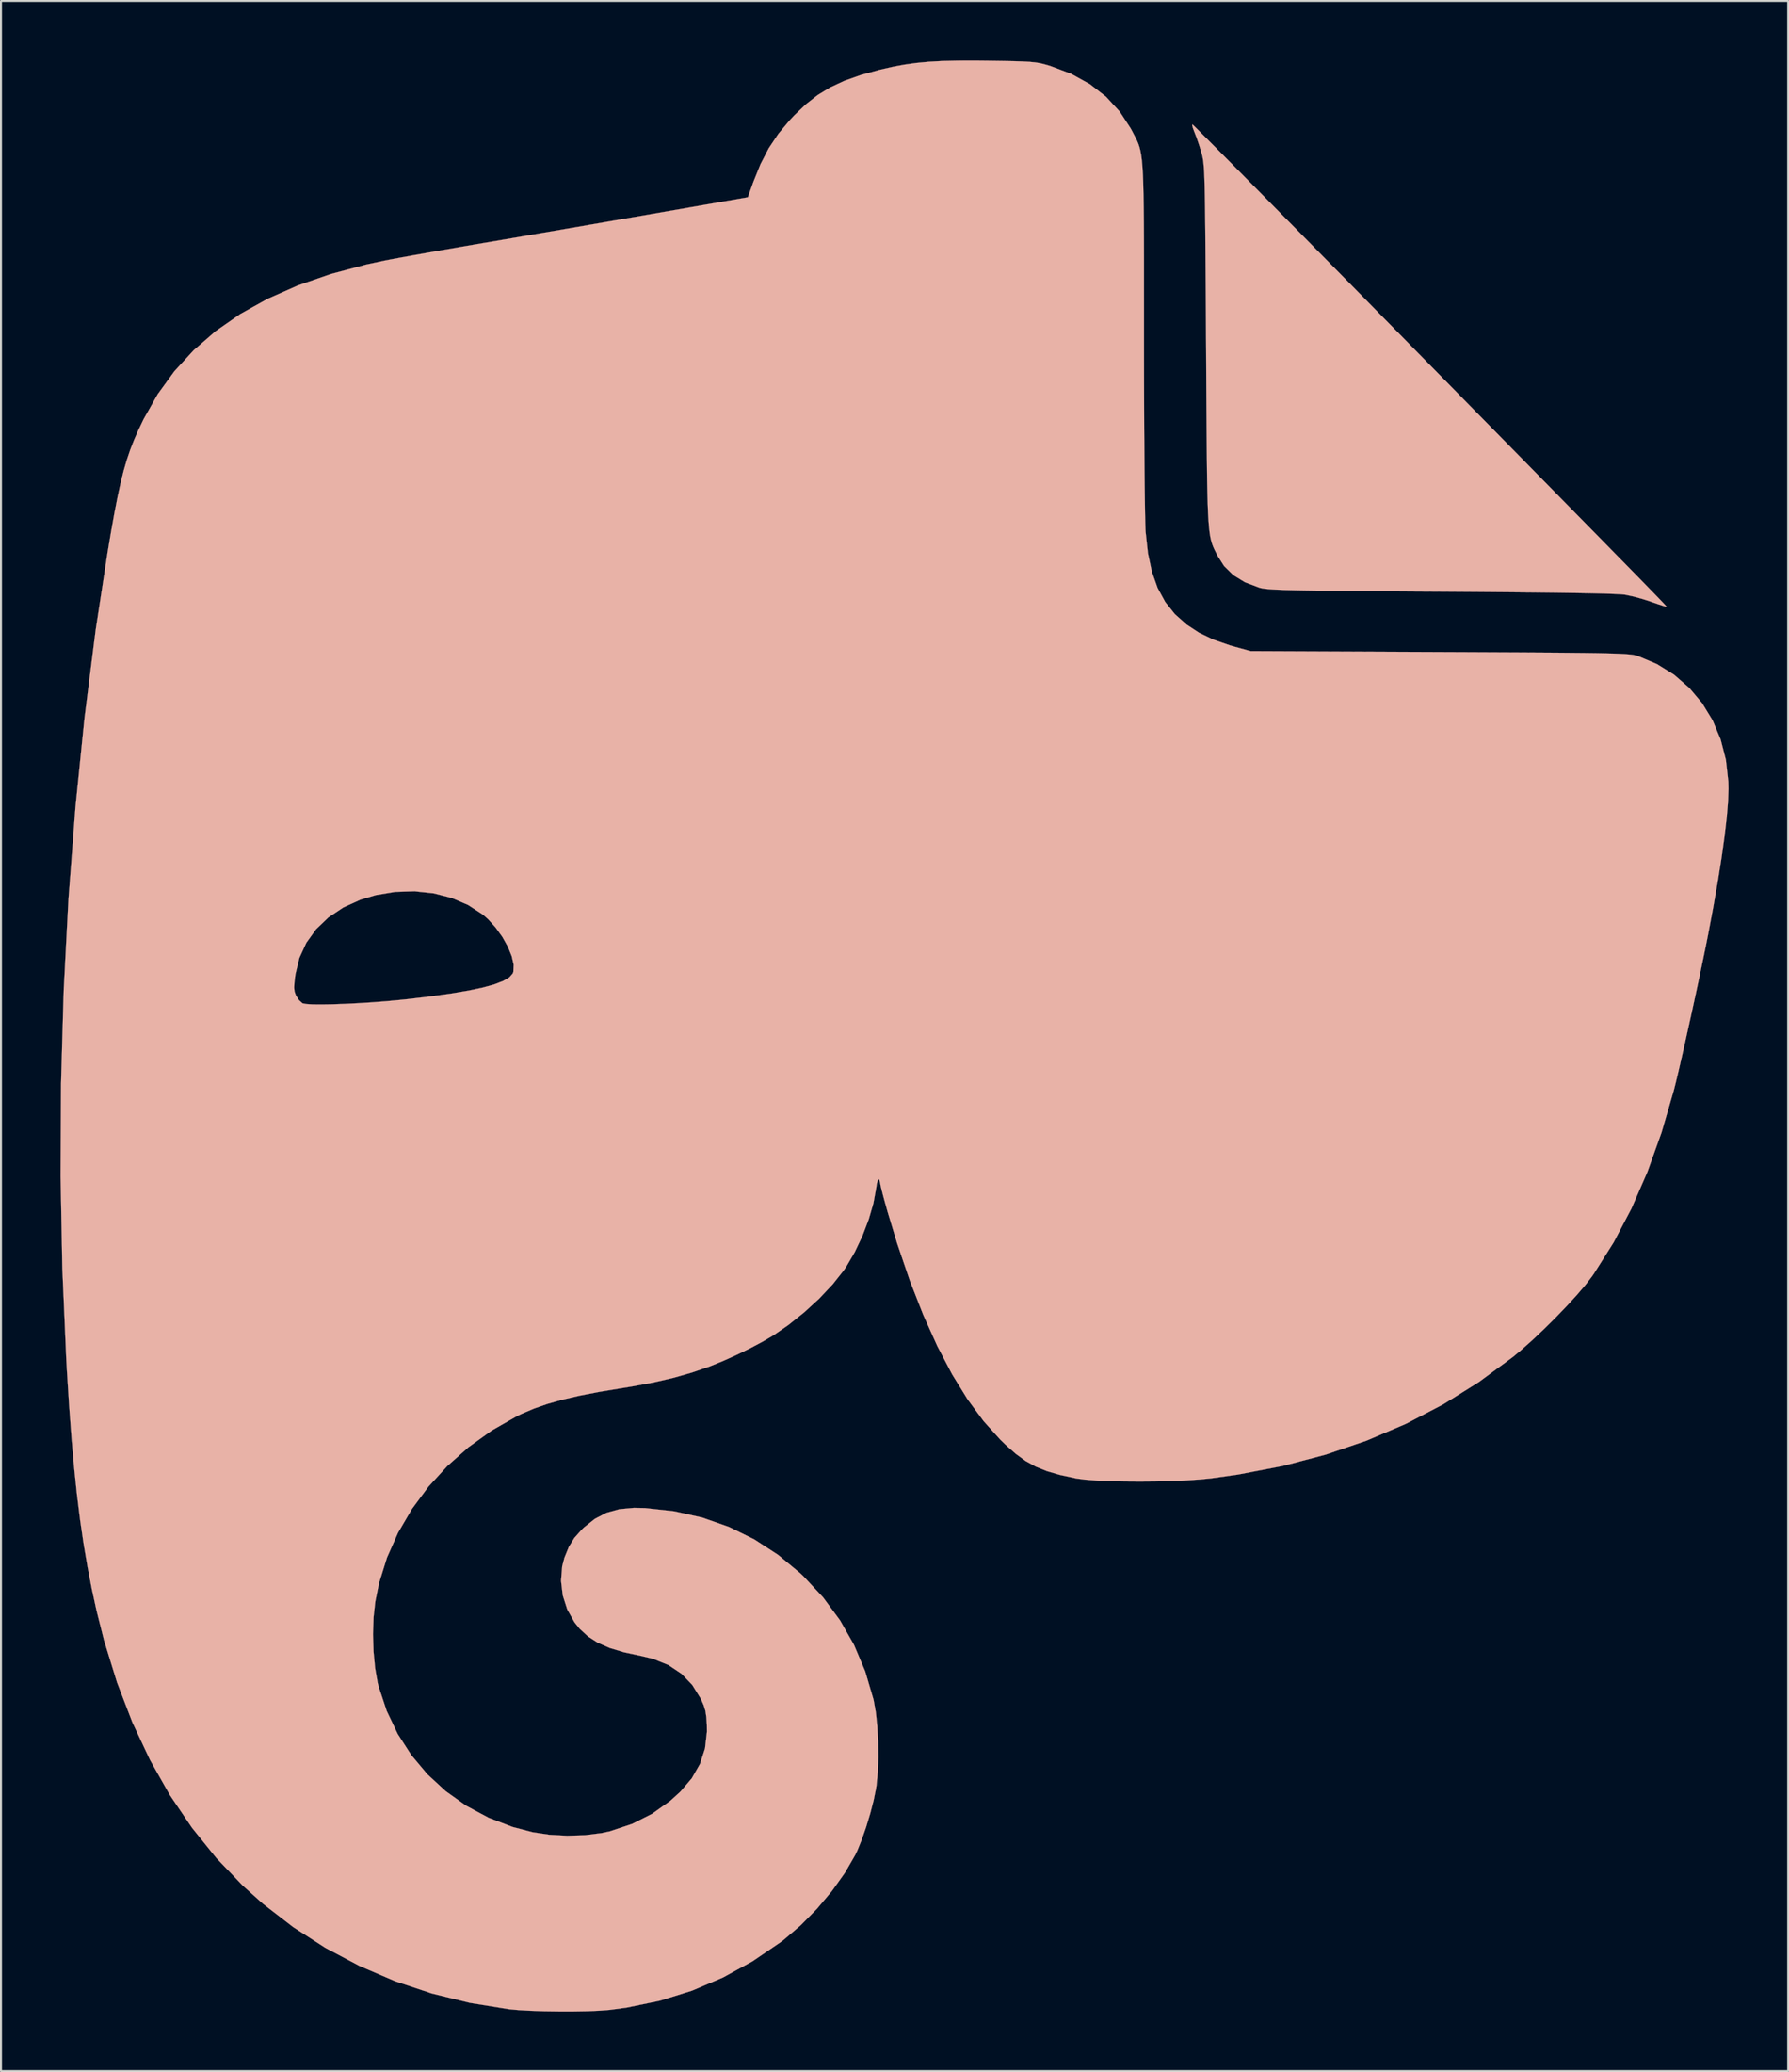
<source format=kicad_pcb>
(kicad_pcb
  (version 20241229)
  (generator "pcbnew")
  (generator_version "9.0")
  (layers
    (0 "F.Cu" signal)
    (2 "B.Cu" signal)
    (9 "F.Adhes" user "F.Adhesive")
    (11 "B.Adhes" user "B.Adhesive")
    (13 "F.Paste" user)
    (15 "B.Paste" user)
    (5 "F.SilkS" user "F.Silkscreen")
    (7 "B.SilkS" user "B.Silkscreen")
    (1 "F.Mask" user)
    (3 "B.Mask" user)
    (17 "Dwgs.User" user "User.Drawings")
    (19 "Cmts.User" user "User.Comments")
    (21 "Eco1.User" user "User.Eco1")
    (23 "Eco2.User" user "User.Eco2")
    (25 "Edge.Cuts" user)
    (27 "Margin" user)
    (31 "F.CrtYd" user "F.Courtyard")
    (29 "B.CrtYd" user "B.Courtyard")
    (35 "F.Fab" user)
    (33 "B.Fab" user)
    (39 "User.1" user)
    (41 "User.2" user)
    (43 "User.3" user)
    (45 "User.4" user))
  (footprint "evernote_10x10_B"
    (layer "F.Cu")
    (at 41.991 49.1)
    (property "Reference" "evernote_10x10_B" (at 0 0 0) (layer "B.SilkS") (effects (font (size 1.524 1.524) (thickness 0.3))))
    (attr through_hole)
    (fp_poly (pts (xy 15.133 -45.813) (xy 15.313 -45.636) (xy 15.599 -45.349) (xy 15.988 -44.959) (xy 16.471 -44.472) (xy 17.045 -43.893) (xy 17.702 -43.228) (xy 18.439 -42.483) (xy 19.247 -41.664) (xy 20.123 -40.776) (xy 21.06 -39.826) (xy 22.052 -38.819) (xy 23.094 -37.761) (xy 24.179 -36.658) (xy 25.303 -35.516) (xy 26.459 -34.34) (xy 26.675 -34.121) (xy 28.103 -32.668) (xy 29.418 -31.331) (xy 30.622 -30.106) (xy 31.723 -28.987) (xy 32.723 -27.969) (xy 33.628 -27.048) (xy 34.442 -26.22) (xy 35.17 -25.478) (xy 35.817 -24.82) (xy 36.388 -24.238) (xy 36.887 -23.73) (xy 37.318 -23.29) (xy 37.687 -22.913) (xy 37.998 -22.594) (xy 38.256 -22.33) (xy 38.465 -22.114) (xy 38.63 -21.942) (xy 38.757 -21.81) (xy 38.849 -21.712) (xy 38.911 -21.644) (xy 38.947 -21.601) (xy 38.964 -21.578) (xy 38.965 -21.571) (xy 38.954 -21.574) (xy 38.937 -21.583) (xy 38.919 -21.593) (xy 38.903 -21.599) (xy 38.901 -21.599) (xy 38.789 -21.63) (xy 38.559 -21.705) (xy 38.255 -21.809) (xy 38.136 -21.851) (xy 37.723 -21.984) (xy 37.279 -22.104) (xy 36.893 -22.187) (xy 36.866 -22.192) (xy 36.673 -22.211) (xy 36.33 -22.229) (xy 35.832 -22.246) (xy 35.18 -22.263) (xy 34.37 -22.278) (xy 33.401 -22.293) (xy 32.271 -22.307) (xy 30.978 -22.32) (xy 29.52 -22.333) (xy 27.895 -22.345) (xy 27.601 -22.347) (xy 26.184 -22.356) (xy 24.927 -22.365) (xy 23.818 -22.374) (xy 22.849 -22.382) (xy 22.008 -22.391) (xy 21.287 -22.4) (xy 20.675 -22.41) (xy 20.161 -22.42) (xy 19.736 -22.431) (xy 19.389 -22.444) (xy 19.112 -22.458) (xy 18.892 -22.474) (xy 18.722 -22.491) (xy 18.589 -22.511) (xy 18.485 -22.533) (xy 18.434 -22.547) (xy 17.708 -22.82) (xy 17.12 -23.18) (xy 16.657 -23.636) (xy 16.333 -24.145) (xy 16.252 -24.304) (xy 16.18 -24.448) (xy 16.116 -24.588) (xy 16.059 -24.734) (xy 16.01 -24.895) (xy 15.967 -25.082) (xy 15.93 -25.304) (xy 15.899 -25.573) (xy 15.872 -25.899) (xy 15.85 -26.29) (xy 15.831 -26.758) (xy 15.816 -27.312) (xy 15.803 -27.963) (xy 15.793 -28.721) (xy 15.784 -29.595) (xy 15.776 -30.597) (xy 15.768 -31.735) (xy 15.76 -33.021) (xy 15.752 -34.464) (xy 15.75 -34.756) (xy 15.742 -36.191) (xy 15.734 -37.467) (xy 15.726 -38.594) (xy 15.719 -39.583) (xy 15.712 -40.442) (xy 15.704 -41.183) (xy 15.696 -41.815) (xy 15.687 -42.349) (xy 15.678 -42.794) (xy 15.667 -43.161) (xy 15.654 -43.461) (xy 15.64 -43.702) (xy 15.623 -43.896) (xy 15.605 -44.052) (xy 15.584 -44.18) (xy 15.56 -44.291) (xy 15.534 -44.395) (xy 15.518 -44.45) (xy 15.404 -44.827) (xy 15.276 -45.203) (xy 15.163 -45.494) (xy 15.079 -45.715) (xy 15.049 -45.852) (xy 15.067 -45.875) (xy 15.133 -45.813)) (stroke (width 0.01) (type solid)) (fill yes) (layer "B.SilkS"))
    (fp_poly (pts (xy 4.843 -49.087) (xy 5.535 -49.076) (xy 6.083 -49.065) (xy 6.512 -49.051) (xy 6.846 -49.033) (xy 7.113 -49.008) (xy 7.336 -48.973) (xy 7.541 -48.928) (xy 7.753 -48.869) (xy 7.898 -48.825) (xy 8.957 -48.425) (xy 9.892 -47.908) (xy 10.704 -47.277) (xy 11.391 -46.531) (xy 11.953 -45.671) (xy 12.015 -45.555) (xy 12.109 -45.376) (xy 12.193 -45.215) (xy 12.267 -45.064) (xy 12.332 -44.909) (xy 12.388 -44.743) (xy 12.437 -44.553) (xy 12.478 -44.33) (xy 12.512 -44.063) (xy 12.54 -43.742) (xy 12.563 -43.356) (xy 12.58 -42.895) (xy 12.593 -42.349) (xy 12.603 -41.706) (xy 12.61 -40.957) (xy 12.614 -40.091) (xy 12.616 -39.097) (xy 12.616 -37.966) (xy 12.617 -36.687) (xy 12.617 -35.249) (xy 12.617 -35.209) (xy 12.618 -33.983) (xy 12.62 -32.786) (xy 12.624 -31.63) (xy 12.629 -30.529) (xy 12.636 -29.496) (xy 12.643 -28.544) (xy 12.651 -27.688) (xy 12.661 -26.94) (xy 12.671 -26.313) (xy 12.681 -25.822) (xy 12.692 -25.478) (xy 12.699 -25.353) (xy 12.817 -24.279) (xy 13.017 -23.341) (xy 13.305 -22.528) (xy 13.688 -21.823) (xy 14.172 -21.215) (xy 14.762 -20.689) (xy 14.764 -20.687) (xy 15.394 -20.274) (xy 16.11 -19.93) (xy 16.948 -19.639) (xy 17.186 -19.571) (xy 17.992 -19.35) (xy 27.517 -19.304) (xy 28.995 -19.297) (xy 30.314 -19.29) (xy 31.483 -19.284) (xy 32.511 -19.277) (xy 33.409 -19.271) (xy 34.186 -19.263) (xy 34.851 -19.256) (xy 35.414 -19.248) (xy 35.885 -19.238) (xy 36.274 -19.228) (xy 36.59 -19.216) (xy 36.842 -19.203) (xy 37.042 -19.188) (xy 37.197 -19.171) (xy 37.318 -19.153) (xy 37.414 -19.131) (xy 37.495 -19.108) (xy 37.507 -19.104) (xy 38.47 -18.698) (xy 39.336 -18.16) (xy 40.098 -17.5) (xy 40.748 -16.73) (xy 41.279 -15.862) (xy 41.681 -14.906) (xy 41.948 -13.875) (xy 42.071 -12.78) (xy 42.079 -12.415) (xy 42.057 -11.772) (xy 41.991 -10.976) (xy 41.882 -10.04) (xy 41.733 -8.973) (xy 41.545 -7.787) (xy 41.319 -6.493) (xy 41.057 -5.103) (xy 41.053 -5.08) (xy 40.931 -4.468) (xy 40.784 -3.755) (xy 40.619 -2.968) (xy 40.44 -2.133) (xy 40.254 -1.277) (xy 40.067 -0.427) (xy 39.884 0.39) (xy 39.712 1.147) (xy 39.557 1.818) (xy 39.424 2.375) (xy 39.322 2.779) (xy 38.704 4.9) (xy 37.992 6.884) (xy 37.186 8.732) (xy 36.287 10.441) (xy 35.296 12.009) (xy 35.198 12.15) (xy 34.869 12.578) (xy 34.435 13.086) (xy 33.922 13.646) (xy 33.358 14.232) (xy 32.768 14.815) (xy 32.179 15.371) (xy 31.618 15.87) (xy 31.216 16.204) (xy 29.5 17.469) (xy 27.701 18.593) (xy 25.816 19.577) (xy 23.841 20.421) (xy 21.773 21.128) (xy 19.608 21.699) (xy 17.343 22.134) (xy 16.002 22.323) (xy 15.427 22.38) (xy 14.751 22.425) (xy 14.002 22.457) (xy 13.211 22.477) (xy 12.407 22.484) (xy 11.62 22.478) (xy 10.879 22.461) (xy 10.214 22.43) (xy 9.655 22.388) (xy 9.231 22.332) (xy 9.186 22.324) (xy 8.393 22.152) (xy 7.731 21.96) (xy 7.162 21.731) (xy 6.647 21.444) (xy 6.149 21.08) (xy 5.629 20.618) (xy 5.37 20.365) (xy 4.534 19.436) (xy 3.727 18.341) (xy 2.951 17.085) (xy 2.207 15.668) (xy 1.496 14.093) (xy 0.818 12.363) (xy 0.176 10.479) (xy -0.3 8.905) (xy -0.428 8.45) (xy -0.538 8.043) (xy -0.621 7.717) (xy -0.669 7.504) (xy -0.677 7.441) (xy -0.714 7.289) (xy -0.751 7.246) (xy -0.798 7.297) (xy -0.847 7.477) (xy -0.883 7.715) (xy -1.019 8.461) (xy -1.256 9.277) (xy -1.575 10.113) (xy -1.957 10.919) (xy -2.381 11.647) (xy -2.518 11.849) (xy -3.072 12.547) (xy -3.749 13.264) (xy -4.511 13.962) (xy -5.322 14.609) (xy -6.054 15.113) (xy -6.586 15.426) (xy -7.225 15.766) (xy -7.919 16.105) (xy -8.613 16.417) (xy -9.253 16.676) (xy -9.259 16.679) (xy -10.16 16.99) (xy -11.097 17.258) (xy -12.108 17.492) (xy -13.233 17.701) (xy -13.702 17.777) (xy -14.84 17.966) (xy -15.831 18.158) (xy -16.695 18.359) (xy -17.455 18.574) (xy -18.131 18.809) (xy -18.746 19.071) (xy -18.982 19.185) (xy -20.251 19.908) (xy -21.424 20.75) (xy -22.493 21.698) (xy -23.448 22.741) (xy -24.28 23.865) (xy -24.979 25.059) (xy -25.535 26.31) (xy -25.94 27.606) (xy -26.127 28.53) (xy -26.214 29.315) (xy -26.243 30.173) (xy -26.216 31.047) (xy -26.136 31.883) (xy -26.006 32.625) (xy -25.965 32.791) (xy -25.552 34.038) (xy -24.998 35.199) (xy -24.311 36.266) (xy -23.501 37.231) (xy -22.576 38.084) (xy -21.546 38.816) (xy -20.421 39.42) (xy -19.209 39.886) (xy -18.203 40.15) (xy -17.358 40.279) (xy -16.454 40.328) (xy -15.55 40.3) (xy -14.706 40.194) (xy -14.286 40.102) (xy -13.183 39.733) (xy -12.174 39.224) (xy -11.259 38.573) (xy -10.743 38.104) (xy -10.17 37.431) (xy -9.758 36.708) (xy -9.505 35.929) (xy -9.409 35.089) (xy -9.413 34.756) (xy -9.439 34.343) (xy -9.486 34.034) (xy -9.569 33.761) (xy -9.702 33.458) (xy -9.726 33.41) (xy -10.151 32.726) (xy -10.693 32.165) (xy -11.349 31.727) (xy -12.121 31.414) (xy -12.717 31.271) (xy -13.588 31.084) (xy -14.313 30.865) (xy -14.913 30.601) (xy -15.409 30.282) (xy -15.824 29.898) (xy -16.085 29.572) (xy -16.448 28.93) (xy -16.675 28.222) (xy -16.762 27.484) (xy -16.704 26.754) (xy -16.592 26.322) (xy -16.37 25.776) (xy -16.092 25.325) (xy -15.711 24.898) (xy -15.602 24.794) (xy -15.057 24.362) (xy -14.474 24.059) (xy -13.826 23.878) (xy -13.086 23.809) (xy -12.531 23.82) (xy -11.049 23.984) (xy -9.636 24.302) (xy -8.294 24.774) (xy -7.025 25.398) (xy -5.831 26.173) (xy -4.714 27.099) (xy -4.553 27.251) (xy -3.554 28.322) (xy -2.702 29.477) (xy -1.996 30.717) (xy -1.434 32.045) (xy -1.016 33.462) (xy -1.004 33.517) (xy -0.899 34.106) (xy -0.825 34.81) (xy -0.782 35.579) (xy -0.773 36.362) (xy -0.798 37.107) (xy -0.86 37.763) (xy -0.887 37.944) (xy -1.008 38.541) (xy -1.18 39.206) (xy -1.385 39.884) (xy -1.608 40.525) (xy -1.831 41.075) (xy -1.931 41.285) (xy -2.454 42.189) (xy -3.107 43.106) (xy -3.859 43.999) (xy -4.679 44.831) (xy -5.535 45.564) (xy -5.671 45.668) (xy -7.106 46.646) (xy -8.603 47.467) (xy -10.163 48.131) (xy -11.786 48.638) (xy -13.471 48.986) (xy -14.326 49.101) (xy -14.815 49.139) (xy -15.43 49.165) (xy -16.129 49.178) (xy -16.871 49.178) (xy -17.612 49.167) (xy -18.312 49.143) (xy -18.927 49.108) (xy -19.389 49.065) (xy -21.36 48.745) (xy -23.281 48.271) (xy -25.141 47.648) (xy -26.931 46.88) (xy -28.642 45.973) (xy -30.262 44.929) (xy -31.784 43.755) (xy -32.8 42.842) (xy -34.136 41.448) (xy -35.362 39.926) (xy -36.477 38.279) (xy -37.479 36.508) (xy -38.367 34.616) (xy -39.141 32.604) (xy -39.799 30.475) (xy -40.171 28.998) (xy -40.414 27.89) (xy -40.632 26.767) (xy -40.828 25.611) (xy -41.004 24.404) (xy -41.163 23.126) (xy -41.306 21.76) (xy -41.436 20.286) (xy -41.555 18.686) (xy -41.665 16.941) (xy -41.697 16.383) (xy -41.898 11.76) (xy -41.986 7.1) (xy -41.963 2.425) (xy -41.83 -2.245) (xy -41.822 -2.397) (xy -30.217 -2.397) (xy -30.198 -2.212) (xy -30.143 -2.049) (xy -30.115 -1.987) (xy -29.973 -1.769) (xy -29.808 -1.619) (xy -29.782 -1.605) (xy -29.603 -1.57) (xy -29.279 -1.551) (xy -28.833 -1.547) (xy -28.287 -1.556) (xy -27.665 -1.578) (xy -26.99 -1.612) (xy -26.285 -1.657) (xy -25.573 -1.712) (xy -24.877 -1.777) (xy -24.542 -1.812) (xy -23.339 -1.955) (xy -22.3 -2.1) (xy -21.419 -2.249) (xy -20.691 -2.404) (xy -20.11 -2.566) (xy -19.672 -2.736) (xy -19.37 -2.915) (xy -19.2 -3.105) (xy -19.164 -3.195) (xy -19.15 -3.551) (xy -19.248 -3.983) (xy -19.444 -4.461) (xy -19.719 -4.952) (xy -20.058 -5.425) (xy -20.442 -5.849) (xy -20.702 -6.078) (xy -21.442 -6.559) (xy -22.277 -6.918) (xy -23.183 -7.15) (xy -24.138 -7.253) (xy -25.118 -7.223) (xy -26.099 -7.06) (xy -26.874 -6.828) (xy -27.738 -6.437) (xy -28.486 -5.938) (xy -29.111 -5.341) (xy -29.603 -4.657) (xy -29.953 -3.895) (xy -30.153 -3.065) (xy -30.158 -3.026) (xy -30.203 -2.653) (xy -30.217 -2.397) (xy -41.822 -2.397) (xy -41.588 -6.886) (xy -41.237 -11.479) (xy -40.779 -16) (xy -40.216 -20.429) (xy -39.615 -24.338) (xy -39.434 -25.408) (xy -39.268 -26.331) (xy -39.112 -27.129) (xy -38.961 -27.823) (xy -38.808 -28.433) (xy -38.648 -28.983) (xy -38.476 -29.492) (xy -38.285 -29.982) (xy -38.069 -30.474) (xy -37.823 -30.989) (xy -37.803 -31.03) (xy -37.092 -32.289) (xy -36.25 -33.448) (xy -35.276 -34.507) (xy -34.169 -35.468) (xy -32.928 -36.33) (xy -31.551 -37.096) (xy -30.037 -37.765) (xy -28.384 -38.339) (xy -26.593 -38.819) (xy -25.642 -39.024) (xy -25.277 -39.094) (xy -24.77 -39.188) (xy -24.146 -39.301) (xy -23.431 -39.428) (xy -22.65 -39.566) (xy -21.828 -39.709) (xy -20.99 -39.853) (xy -20.574 -39.924) (xy -19.713 -40.07) (xy -18.722 -40.24) (xy -17.635 -40.427) (xy -16.488 -40.624) (xy -15.317 -40.826) (xy -14.157 -41.027) (xy -13.045 -41.22) (xy -12.076 -41.388) (xy -7.346 -42.212) (xy -7.074 -42.971) (xy -6.706 -43.886) (xy -6.295 -44.68) (xy -5.81 -45.405) (xy -5.222 -46.108) (xy -5.002 -46.341) (xy -4.421 -46.896) (xy -3.83 -47.358) (xy -3.196 -47.746) (xy -2.488 -48.076) (xy -1.676 -48.363) (xy -0.727 -48.626) (xy -0.664 -48.642) (xy -0.054 -48.781) (xy 0.536 -48.892) (xy 1.132 -48.976) (xy 1.764 -49.036) (xy 2.461 -49.075) (xy 3.251 -49.093) (xy 4.163 -49.095) (xy 4.843 -49.087)) (stroke (width 0.01) (type solid)) (fill yes) (layer "B.SilkS")))
  (gr_rect
    (start -3 -3)
    (end 87.076 101.283)
    (stroke (width 0.1) (type default))
    (fill no)
    (layer "Edge.Cuts")))
</source>
